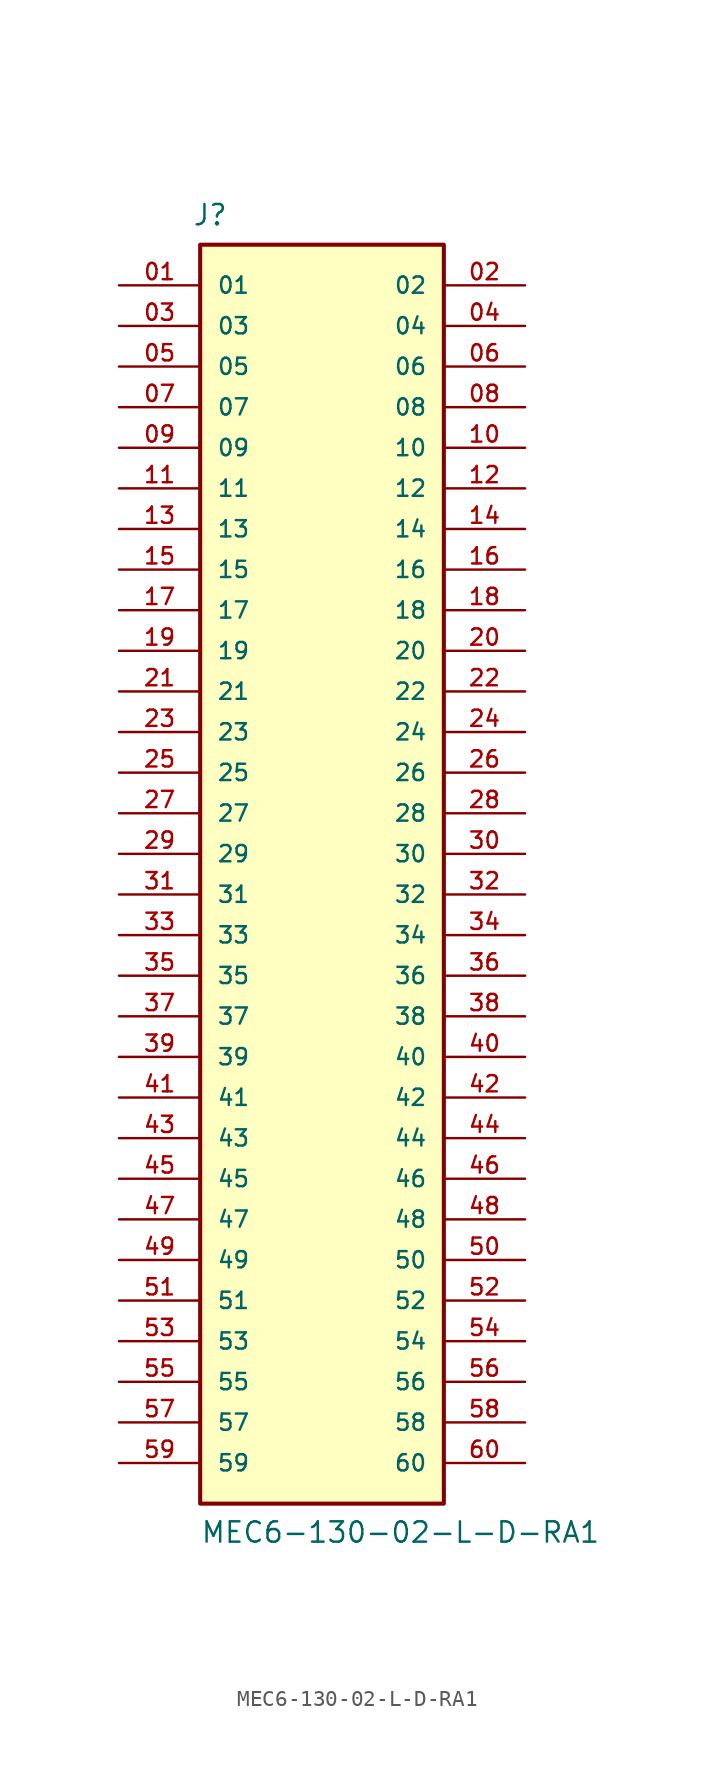
<source format=kicad_sym>
(kicad_symbol_lib
  (version 20211014)
  (generator kicad_symbol_editor)
  (symbol "MEC6-130-02-L-D-RA1"
    (pin_names
      (offset 1.016))
    (property "Reference" "J"
      (at -8.12 39.216 0)
      (effects (font (size 1.27 1.27)) (justify bottom left)))
    (property "Value" "MEC6-130-02-L-D-RA1"
      (at -7.62 -43.18 0)
      (effects (font (size 1.27 1.27)) (justify bottom left)))
    (symbol "MEC6-130-02-L-D-RA1_0_0"
      (rectangle (start -7.62 -40.64) (end 7.62 38.1) (stroke (width 0.254)) (fill (type background)))
      (pin passive line (at -12.7 35.56 0) (length 5.08) (name "01" (effects (font (size 1.016 1.016)))) (number "01" (effects (font (size 1.016 1.016)))))
      (pin passive line (at 12.7 35.56 180.0) (length 5.08) (name "02" (effects (font (size 1.016 1.016)))) (number "02" (effects (font (size 1.016 1.016)))))
      (pin passive line (at -12.7 33.02 0) (length 5.08) (name "03" (effects (font (size 1.016 1.016)))) (number "03" (effects (font (size 1.016 1.016)))))
      (pin passive line (at 12.7 33.02 180.0) (length 5.08) (name "04" (effects (font (size 1.016 1.016)))) (number "04" (effects (font (size 1.016 1.016)))))
      (pin passive line (at -12.7 30.48 0) (length 5.08) (name "05" (effects (font (size 1.016 1.016)))) (number "05" (effects (font (size 1.016 1.016)))))
      (pin passive line (at 12.7 30.48 180.0) (length 5.08) (name "06" (effects (font (size 1.016 1.016)))) (number "06" (effects (font (size 1.016 1.016)))))
      (pin passive line (at -12.7 27.94 0) (length 5.08) (name "07" (effects (font (size 1.016 1.016)))) (number "07" (effects (font (size 1.016 1.016)))))
      (pin passive line (at 12.7 27.94 180.0) (length 5.08) (name "08" (effects (font (size 1.016 1.016)))) (number "08" (effects (font (size 1.016 1.016)))))
      (pin passive line (at -12.7 25.4 0) (length 5.08) (name "09" (effects (font (size 1.016 1.016)))) (number "09" (effects (font (size 1.016 1.016)))))
      (pin passive line (at 12.7 25.4 180.0) (length 5.08) (name "10" (effects (font (size 1.016 1.016)))) (number "10" (effects (font (size 1.016 1.016)))))
      (pin passive line (at -12.7 22.86 0) (length 5.08) (name "11" (effects (font (size 1.016 1.016)))) (number "11" (effects (font (size 1.016 1.016)))))
      (pin passive line (at 12.7 22.86 180.0) (length 5.08) (name "12" (effects (font (size 1.016 1.016)))) (number "12" (effects (font (size 1.016 1.016)))))
      (pin passive line (at -12.7 20.32 0) (length 5.08) (name "13" (effects (font (size 1.016 1.016)))) (number "13" (effects (font (size 1.016 1.016)))))
      (pin passive line (at 12.7 20.32 180.0) (length 5.08) (name "14" (effects (font (size 1.016 1.016)))) (number "14" (effects (font (size 1.016 1.016)))))
      (pin passive line (at -12.7 17.78 0) (length 5.08) (name "15" (effects (font (size 1.016 1.016)))) (number "15" (effects (font (size 1.016 1.016)))))
      (pin passive line (at 12.7 17.78 180.0) (length 5.08) (name "16" (effects (font (size 1.016 1.016)))) (number "16" (effects (font (size 1.016 1.016)))))
      (pin passive line (at -12.7 15.24 0) (length 5.08) (name "17" (effects (font (size 1.016 1.016)))) (number "17" (effects (font (size 1.016 1.016)))))
      (pin passive line (at 12.7 15.24 180.0) (length 5.08) (name "18" (effects (font (size 1.016 1.016)))) (number "18" (effects (font (size 1.016 1.016)))))
      (pin passive line (at -12.7 12.7 0) (length 5.08) (name "19" (effects (font (size 1.016 1.016)))) (number "19" (effects (font (size 1.016 1.016)))))
      (pin passive line (at 12.7 12.7 180.0) (length 5.08) (name "20" (effects (font (size 1.016 1.016)))) (number "20" (effects (font (size 1.016 1.016)))))
      (pin passive line (at -12.7 10.16 0) (length 5.08) (name "21" (effects (font (size 1.016 1.016)))) (number "21" (effects (font (size 1.016 1.016)))))
      (pin passive line (at 12.7 10.16 180.0) (length 5.08) (name "22" (effects (font (size 1.016 1.016)))) (number "22" (effects (font (size 1.016 1.016)))))
      (pin passive line (at -12.7 7.62 0) (length 5.08) (name "23" (effects (font (size 1.016 1.016)))) (number "23" (effects (font (size 1.016 1.016)))))
      (pin passive line (at 12.7 7.62 180.0) (length 5.08) (name "24" (effects (font (size 1.016 1.016)))) (number "24" (effects (font (size 1.016 1.016)))))
      (pin passive line (at -12.7 5.08 0) (length 5.08) (name "25" (effects (font (size 1.016 1.016)))) (number "25" (effects (font (size 1.016 1.016)))))
      (pin passive line (at 12.7 5.08 180.0) (length 5.08) (name "26" (effects (font (size 1.016 1.016)))) (number "26" (effects (font (size 1.016 1.016)))))
      (pin passive line (at -12.7 2.54 0) (length 5.08) (name "27" (effects (font (size 1.016 1.016)))) (number "27" (effects (font (size 1.016 1.016)))))
      (pin passive line (at 12.7 2.54 180.0) (length 5.08) (name "28" (effects (font (size 1.016 1.016)))) (number "28" (effects (font (size 1.016 1.016)))))
      (pin passive line (at -12.7 0.0 0) (length 5.08) (name "29" (effects (font (size 1.016 1.016)))) (number "29" (effects (font (size 1.016 1.016)))))
      (pin passive line (at 12.7 0.0 180.0) (length 5.08) (name "30" (effects (font (size 1.016 1.016)))) (number "30" (effects (font (size 1.016 1.016)))))
      (pin passive line (at -12.7 -2.54 0) (length 5.08) (name "31" (effects (font (size 1.016 1.016)))) (number "31" (effects (font (size 1.016 1.016)))))
      (pin passive line (at 12.7 -2.54 180.0) (length 5.08) (name "32" (effects (font (size 1.016 1.016)))) (number "32" (effects (font (size 1.016 1.016)))))
      (pin passive line (at -12.7 -5.08 0) (length 5.08) (name "33" (effects (font (size 1.016 1.016)))) (number "33" (effects (font (size 1.016 1.016)))))
      (pin passive line (at 12.7 -5.08 180.0) (length 5.08) (name "34" (effects (font (size 1.016 1.016)))) (number "34" (effects (font (size 1.016 1.016)))))
      (pin passive line (at -12.7 -7.62 0) (length 5.08) (name "35" (effects (font (size 1.016 1.016)))) (number "35" (effects (font (size 1.016 1.016)))))
      (pin passive line (at 12.7 -7.62 180.0) (length 5.08) (name "36" (effects (font (size 1.016 1.016)))) (number "36" (effects (font (size 1.016 1.016)))))
      (pin passive line (at -12.7 -10.16 0) (length 5.08) (name "37" (effects (font (size 1.016 1.016)))) (number "37" (effects (font (size 1.016 1.016)))))
      (pin passive line (at 12.7 -10.16 180.0) (length 5.08) (name "38" (effects (font (size 1.016 1.016)))) (number "38" (effects (font (size 1.016 1.016)))))
      (pin passive line (at -12.7 -12.7 0) (length 5.08) (name "39" (effects (font (size 1.016 1.016)))) (number "39" (effects (font (size 1.016 1.016)))))
      (pin passive line (at 12.7 -12.7 180.0) (length 5.08) (name "40" (effects (font (size 1.016 1.016)))) (number "40" (effects (font (size 1.016 1.016)))))
      (pin passive line (at -12.7 -15.24 0) (length 5.08) (name "41" (effects (font (size 1.016 1.016)))) (number "41" (effects (font (size 1.016 1.016)))))
      (pin passive line (at 12.7 -15.24 180.0) (length 5.08) (name "42" (effects (font (size 1.016 1.016)))) (number "42" (effects (font (size 1.016 1.016)))))
      (pin passive line (at -12.7 -17.78 0) (length 5.08) (name "43" (effects (font (size 1.016 1.016)))) (number "43" (effects (font (size 1.016 1.016)))))
      (pin passive line (at 12.7 -17.78 180.0) (length 5.08) (name "44" (effects (font (size 1.016 1.016)))) (number "44" (effects (font (size 1.016 1.016)))))
      (pin passive line (at -12.7 -20.32 0) (length 5.08) (name "45" (effects (font (size 1.016 1.016)))) (number "45" (effects (font (size 1.016 1.016)))))
      (pin passive line (at 12.7 -20.32 180.0) (length 5.08) (name "46" (effects (font (size 1.016 1.016)))) (number "46" (effects (font (size 1.016 1.016)))))
      (pin passive line (at -12.7 -22.86 0) (length 5.08) (name "47" (effects (font (size 1.016 1.016)))) (number "47" (effects (font (size 1.016 1.016)))))
      (pin passive line (at 12.7 -22.86 180.0) (length 5.08) (name "48" (effects (font (size 1.016 1.016)))) (number "48" (effects (font (size 1.016 1.016)))))
      (pin passive line (at -12.7 -25.4 0) (length 5.08) (name "49" (effects (font (size 1.016 1.016)))) (number "49" (effects (font (size 1.016 1.016)))))
      (pin passive line (at 12.7 -25.4 180.0) (length 5.08) (name "50" (effects (font (size 1.016 1.016)))) (number "50" (effects (font (size 1.016 1.016)))))
      (pin passive line (at -12.7 -27.94 0) (length 5.08) (name "51" (effects (font (size 1.016 1.016)))) (number "51" (effects (font (size 1.016 1.016)))))
      (pin passive line (at 12.7 -27.94 180.0) (length 5.08) (name "52" (effects (font (size 1.016 1.016)))) (number "52" (effects (font (size 1.016 1.016)))))
      (pin passive line (at -12.7 -30.48 0) (length 5.08) (name "53" (effects (font (size 1.016 1.016)))) (number "53" (effects (font (size 1.016 1.016)))))
      (pin passive line (at 12.7 -30.48 180.0) (length 5.08) (name "54" (effects (font (size 1.016 1.016)))) (number "54" (effects (font (size 1.016 1.016)))))
      (pin passive line (at -12.7 -33.02 0) (length 5.08) (name "55" (effects (font (size 1.016 1.016)))) (number "55" (effects (font (size 1.016 1.016)))))
      (pin passive line (at 12.7 -33.02 180.0) (length 5.08) (name "56" (effects (font (size 1.016 1.016)))) (number "56" (effects (font (size 1.016 1.016)))))
      (pin passive line (at -12.7 -35.56 0) (length 5.08) (name "57" (effects (font (size 1.016 1.016)))) (number "57" (effects (font (size 1.016 1.016)))))
      (pin passive line (at 12.7 -35.56 180.0) (length 5.08) (name "58" (effects (font (size 1.016 1.016)))) (number "58" (effects (font (size 1.016 1.016)))))
      (pin passive line (at -12.7 -38.1 0) (length 5.08) (name "59" (effects (font (size 1.016 1.016)))) (number "59" (effects (font (size 1.016 1.016)))))
      (pin passive line (at 12.7 -38.1 180.0) (length 5.08) (name "60" (effects (font (size 1.016 1.016)))) (number "60" (effects (font (size 1.016 1.016))))))))
</source>
